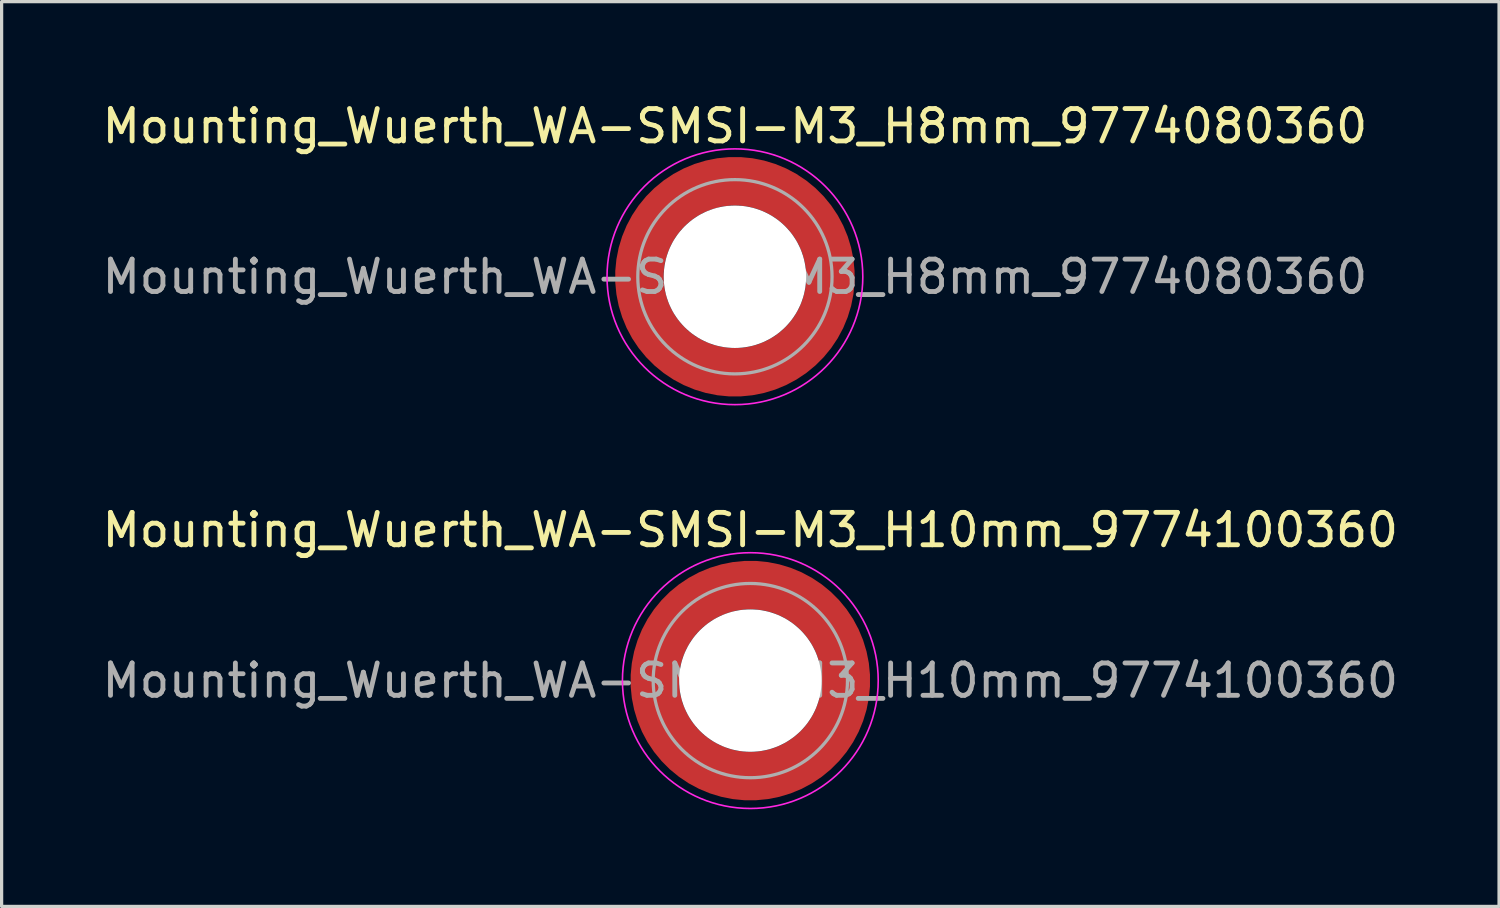
<source format=kicad_pcb>
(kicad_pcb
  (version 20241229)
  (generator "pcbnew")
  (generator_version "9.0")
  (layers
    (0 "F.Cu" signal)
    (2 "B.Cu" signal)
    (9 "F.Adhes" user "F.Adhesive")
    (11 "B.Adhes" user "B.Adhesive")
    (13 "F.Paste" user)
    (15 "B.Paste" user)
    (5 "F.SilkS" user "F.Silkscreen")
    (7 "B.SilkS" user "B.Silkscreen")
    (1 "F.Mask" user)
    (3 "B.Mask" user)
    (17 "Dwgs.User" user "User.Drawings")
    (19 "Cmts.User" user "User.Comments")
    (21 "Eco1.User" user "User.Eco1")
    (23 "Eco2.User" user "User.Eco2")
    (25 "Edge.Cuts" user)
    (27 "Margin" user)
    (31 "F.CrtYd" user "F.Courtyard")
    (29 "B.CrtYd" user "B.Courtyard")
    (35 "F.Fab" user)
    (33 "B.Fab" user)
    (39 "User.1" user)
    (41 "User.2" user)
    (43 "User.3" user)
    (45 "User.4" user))
  (footprint "Mounting_Wuerth_WA-SMSI-M3_H8mm_9774080360"
    (layer "F.Cu")
    (at 19.649 5.498)
    (property "Reference" "Mounting_Wuerth_WA-SMSI-M3_H8mm_9774080360" (at 0 -4.65 0) (layer "F.SilkS") (effects (font (size 1 1) (thickness 0.15))))
    (attr smd)
    (fp_circle (center 0 0) (end 3.95 0) (stroke (width 0.05) (type solid)) (fill no) (layer "F.CrtYd"))
    (fp_circle (center 0 0) (end 3 0) (stroke (width 0.1) (type solid)) (fill no) (layer "F.Fab"))
    (fp_text user "${REFERENCE}" (at 0 0 0) (layer "F.Fab") (effects (font (size 1 1) (thickness 0.15))))
    (pad "" smd custom (at -2.058 -2.058) (size 0.7 0.7) (layers "F.Paste") (options (anchor circle)) (primitives (gr_arc (start -0.377294 1.707681) (mid 0.318198 0.318198) (end 1.707681 -0.377294) (width 0.2)) (gr_arc (start -0.478281 1.707681) (mid 0.247487 0.247487) (end 1.707681 -0.478281) (width 0.2)) (gr_arc (start -0.579192 1.707681) (mid 0.176777 0.176777) (end 1.707681 -0.579192) (width 0.2)) (gr_arc (start -0.680037 1.707681) (mid 0.106066 0.106066) (end 1.707681 -0.680037) (width 0.2)) (gr_arc (start -0.780822 1.707681) (mid 0.035356 0.035356) (end 1.707681 -0.780822) (width 0.2)) (gr_arc (start -0.881554 1.707681) (mid -0.035355 -0.035355) (end 1.707681 -0.881554) (width 0.2)) (gr_arc (start -0.982237 1.707681) (mid -0.106066 -0.106066) (end 1.707681 -0.982237) (width 0.2)) (gr_arc (start -1.082877 1.707681) (mid -0.176777 -0.176777) (end 1.707681 -1.082877) (width 0.2)) (gr_arc (start -1.183476 1.707681) (mid -0.247487 -0.247487) (end 1.707681 -1.183476) (width 0.2)) (gr_arc (start -1.28404 1.707681) (mid -0.318198 -0.318198) (end 1.707681 -1.28404) (width 0.2)) (gr_line (start 1.708 -0.377) (end 1.708 -1.284) (width 0.2)) (gr_line (start -0.377 1.708) (end -1.284 1.708) (width 0.2))))
    (pad "" smd custom (at -2.058 2.058) (size 0.7 0.7) (layers "F.Paste") (options (anchor circle)) (primitives (gr_arc (start 1.707681 0.377294) (mid 0.318198 -0.318198) (end -0.377294 -1.707681) (width 0.2)) (gr_arc (start 1.707681 0.478281) (mid 0.247487 -0.247487) (end -0.478281 -1.707681) (width 0.2)) (gr_arc (start 1.707681 0.579192) (mid 0.176777 -0.176777) (end -0.579192 -1.707681) (width 0.2)) (gr_arc (start 1.707681 0.680037) (mid 0.106066 -0.106066) (end -0.680037 -1.707681) (width 0.2)) (gr_arc (start 1.707681 0.780822) (mid 0.035356 -0.035356) (end -0.780822 -1.707681) (width 0.2)) (gr_arc (start 1.707681 0.881554) (mid -0.035355 0.035355) (end -0.881554 -1.707681) (width 0.2)) (gr_arc (start 1.707681 0.982237) (mid -0.106066 0.106066) (end -0.982237 -1.707681) (width 0.2)) (gr_arc (start 1.707681 1.082877) (mid -0.176777 0.176777) (end -1.082877 -1.707681) (width 0.2)) (gr_arc (start 1.707681 1.183476) (mid -0.247487 0.247487) (end -1.183476 -1.707681) (width 0.2)) (gr_arc (start 1.707681 1.28404) (mid -0.318198 0.318198) (end -1.28404 -1.707681) (width 0.2)) (gr_line (start -0.377 -1.708) (end -1.284 -1.708) (width 0.2)) (gr_line (start 1.708 0.377) (end 1.708 1.284) (width 0.2))))
    (pad "" np_thru_hole circle (at 0 0) (size 4.4 4.4) (drill 4.4) (layers "*.Cu" "*.Mask"))
    (pad "" smd custom (at 2.058 -2.058) (size 0.7 0.7) (layers "F.Paste") (options (anchor circle)) (primitives (gr_arc (start -1.707681 -0.377294) (mid -0.318198 0.318198) (end 0.377294 1.707681) (width 0.2)) (gr_arc (start -1.707681 -0.478281) (mid -0.247487 0.247487) (end 0.478281 1.707681) (width 0.2)) (gr_arc (start -1.707681 -0.579192) (mid -0.176777 0.176777) (end 0.579192 1.707681) (width 0.2)) (gr_arc (start -1.707681 -0.680037) (mid -0.106066 0.106066) (end 0.680037 1.707681) (width 0.2)) (gr_arc (start -1.707681 -0.780822) (mid -0.035356 0.035356) (end 0.780822 1.707681) (width 0.2)) (gr_arc (start -1.707681 -0.881554) (mid 0.035355 -0.035355) (end 0.881554 1.707681) (width 0.2)) (gr_arc (start -1.707681 -0.982237) (mid 0.106066 -0.106066) (end 0.982237 1.707681) (width 0.2)) (gr_arc (start -1.707681 -1.082877) (mid 0.176777 -0.176777) (end 1.082877 1.707681) (width 0.2)) (gr_arc (start -1.707681 -1.183476) (mid 0.247487 -0.247487) (end 1.183476 1.707681) (width 0.2)) (gr_arc (start -1.707681 -1.28404) (mid 0.318198 -0.318198) (end 1.28404 1.707681) (width 0.2)) (gr_line (start 0.377 1.708) (end 1.284 1.708) (width 0.2)) (gr_line (start -1.708 -0.377) (end -1.708 -1.284) (width 0.2))))
    (pad "" smd custom (at 2.058 2.058) (size 0.7 0.7) (layers "F.Paste") (options (anchor circle)) (primitives (gr_arc (start 0.377294 -1.707681) (mid -0.318198 -0.318198) (end -1.707681 0.377294) (width 0.2)) (gr_arc (start 0.478281 -1.707681) (mid -0.247487 -0.247487) (end -1.707681 0.478281) (width 0.2)) (gr_arc (start 0.579192 -1.707681) (mid -0.176777 -0.176777) (end -1.707681 0.579192) (width 0.2)) (gr_arc (start 0.680037 -1.707681) (mid -0.106066 -0.106066) (end -1.707681 0.680037) (width 0.2)) (gr_arc (start 0.780822 -1.707681) (mid -0.035356 -0.035356) (end -1.707681 0.780822) (width 0.2)) (gr_arc (start 0.881554 -1.707681) (mid 0.035355 0.035355) (end -1.707681 0.881554) (width 0.2)) (gr_arc (start 0.982237 -1.707681) (mid 0.106066 0.106066) (end -1.707681 0.982237) (width 0.2)) (gr_arc (start 1.082877 -1.707681) (mid 0.176777 0.176777) (end -1.707681 1.082877) (width 0.2)) (gr_arc (start 1.183476 -1.707681) (mid 0.247487 0.247487) (end -1.707681 1.183476) (width 0.2)) (gr_arc (start 1.28404 -1.707681) (mid 0.318198 0.318198) (end -1.707681 1.28404) (width 0.2)) (gr_line (start -1.708 0.377) (end -1.708 1.284) (width 0.2)) (gr_line (start 0.377 -1.708) (end 1.284 -1.708) (width 0.2))))
    (pad "1" smd circle (at -2.95 0) (size 1.1 1.1) (layers "F.Cu"))
    (pad "1" smd circle (at 0 -2.95) (size 1.1 1.1) (layers "F.Cu"))
    (pad "1" smd circle (at 0 2.95) (size 1.1 1.1) (layers "F.Cu"))
    (pad "1" smd custom (at 2.95 0) (size 1.1 1.1) (layers "F.Cu" "F.Mask") (options (anchor circle)) (primitives (gr_circle (center -2.95 0) (end 0 0) (width 1.5) (fill no)))))
  (footprint "Mounting_Wuerth_WA-SMSI-M3_H10mm_9774100360"
    (layer "F.Cu")
    (at 20.125 17.971)
    (property "Reference" "Mounting_Wuerth_WA-SMSI-M3_H10mm_9774100360" (at 0 -4.65 0) (layer "F.SilkS") (effects (font (size 1 1) (thickness 0.15))))
    (attr smd)
    (fp_circle (center 0 0) (end 3.95 0) (stroke (width 0.05) (type solid)) (fill no) (layer "F.CrtYd"))
    (fp_circle (center 0 0) (end 3 0) (stroke (width 0.1) (type solid)) (fill no) (layer "F.Fab"))
    (fp_text user "${REFERENCE}" (at 0 0 0) (layer "F.Fab") (effects (font (size 1 1) (thickness 0.15))))
    (pad "" smd custom (at -2.058 -2.058) (size 0.7 0.7) (layers "F.Paste") (options (anchor circle)) (primitives (gr_arc (start -0.377294 1.707681) (mid 0.318198 0.318198) (end 1.707681 -0.377294) (width 0.2)) (gr_arc (start -0.478281 1.707681) (mid 0.247487 0.247487) (end 1.707681 -0.478281) (width 0.2)) (gr_arc (start -0.579192 1.707681) (mid 0.176777 0.176777) (end 1.707681 -0.579192) (width 0.2)) (gr_arc (start -0.680037 1.707681) (mid 0.106066 0.106066) (end 1.707681 -0.680037) (width 0.2)) (gr_arc (start -0.780822 1.707681) (mid 0.035356 0.035356) (end 1.707681 -0.780822) (width 0.2)) (gr_arc (start -0.881554 1.707681) (mid -0.035355 -0.035355) (end 1.707681 -0.881554) (width 0.2)) (gr_arc (start -0.982237 1.707681) (mid -0.106066 -0.106066) (end 1.707681 -0.982237) (width 0.2)) (gr_arc (start -1.082877 1.707681) (mid -0.176777 -0.176777) (end 1.707681 -1.082877) (width 0.2)) (gr_arc (start -1.183476 1.707681) (mid -0.247487 -0.247487) (end 1.707681 -1.183476) (width 0.2)) (gr_arc (start -1.28404 1.707681) (mid -0.318198 -0.318198) (end 1.707681 -1.28404) (width 0.2)) (gr_line (start 1.708 -0.377) (end 1.708 -1.284) (width 0.2)) (gr_line (start -0.377 1.708) (end -1.284 1.708) (width 0.2))))
    (pad "" smd custom (at -2.058 2.058) (size 0.7 0.7) (layers "F.Paste") (options (anchor circle)) (primitives (gr_arc (start 1.707681 0.377294) (mid 0.318198 -0.318198) (end -0.377294 -1.707681) (width 0.2)) (gr_arc (start 1.707681 0.478281) (mid 0.247487 -0.247487) (end -0.478281 -1.707681) (width 0.2)) (gr_arc (start 1.707681 0.579192) (mid 0.176777 -0.176777) (end -0.579192 -1.707681) (width 0.2)) (gr_arc (start 1.707681 0.680037) (mid 0.106066 -0.106066) (end -0.680037 -1.707681) (width 0.2)) (gr_arc (start 1.707681 0.780822) (mid 0.035356 -0.035356) (end -0.780822 -1.707681) (width 0.2)) (gr_arc (start 1.707681 0.881554) (mid -0.035355 0.035355) (end -0.881554 -1.707681) (width 0.2)) (gr_arc (start 1.707681 0.982237) (mid -0.106066 0.106066) (end -0.982237 -1.707681) (width 0.2)) (gr_arc (start 1.707681 1.082877) (mid -0.176777 0.176777) (end -1.082877 -1.707681) (width 0.2)) (gr_arc (start 1.707681 1.183476) (mid -0.247487 0.247487) (end -1.183476 -1.707681) (width 0.2)) (gr_arc (start 1.707681 1.28404) (mid -0.318198 0.318198) (end -1.28404 -1.707681) (width 0.2)) (gr_line (start -0.377 -1.708) (end -1.284 -1.708) (width 0.2)) (gr_line (start 1.708 0.377) (end 1.708 1.284) (width 0.2))))
    (pad "" np_thru_hole circle (at 0 0) (size 4.4 4.4) (drill 4.4) (layers "*.Cu" "*.Mask"))
    (pad "" smd custom (at 2.058 -2.058) (size 0.7 0.7) (layers "F.Paste") (options (anchor circle)) (primitives (gr_arc (start -1.707681 -0.377294) (mid -0.318198 0.318198) (end 0.377294 1.707681) (width 0.2)) (gr_arc (start -1.707681 -0.478281) (mid -0.247487 0.247487) (end 0.478281 1.707681) (width 0.2)) (gr_arc (start -1.707681 -0.579192) (mid -0.176777 0.176777) (end 0.579192 1.707681) (width 0.2)) (gr_arc (start -1.707681 -0.680037) (mid -0.106066 0.106066) (end 0.680037 1.707681) (width 0.2)) (gr_arc (start -1.707681 -0.780822) (mid -0.035356 0.035356) (end 0.780822 1.707681) (width 0.2)) (gr_arc (start -1.707681 -0.881554) (mid 0.035355 -0.035355) (end 0.881554 1.707681) (width 0.2)) (gr_arc (start -1.707681 -0.982237) (mid 0.106066 -0.106066) (end 0.982237 1.707681) (width 0.2)) (gr_arc (start -1.707681 -1.082877) (mid 0.176777 -0.176777) (end 1.082877 1.707681) (width 0.2)) (gr_arc (start -1.707681 -1.183476) (mid 0.247487 -0.247487) (end 1.183476 1.707681) (width 0.2)) (gr_arc (start -1.707681 -1.28404) (mid 0.318198 -0.318198) (end 1.28404 1.707681) (width 0.2)) (gr_line (start 0.377 1.708) (end 1.284 1.708) (width 0.2)) (gr_line (start -1.708 -0.377) (end -1.708 -1.284) (width 0.2))))
    (pad "" smd custom (at 2.058 2.058) (size 0.7 0.7) (layers "F.Paste") (options (anchor circle)) (primitives (gr_arc (start 0.377294 -1.707681) (mid -0.318198 -0.318198) (end -1.707681 0.377294) (width 0.2)) (gr_arc (start 0.478281 -1.707681) (mid -0.247487 -0.247487) (end -1.707681 0.478281) (width 0.2)) (gr_arc (start 0.579192 -1.707681) (mid -0.176777 -0.176777) (end -1.707681 0.579192) (width 0.2)) (gr_arc (start 0.680037 -1.707681) (mid -0.106066 -0.106066) (end -1.707681 0.680037) (width 0.2)) (gr_arc (start 0.780822 -1.707681) (mid -0.035356 -0.035356) (end -1.707681 0.780822) (width 0.2)) (gr_arc (start 0.881554 -1.707681) (mid 0.035355 0.035355) (end -1.707681 0.881554) (width 0.2)) (gr_arc (start 0.982237 -1.707681) (mid 0.106066 0.106066) (end -1.707681 0.982237) (width 0.2)) (gr_arc (start 1.082877 -1.707681) (mid 0.176777 0.176777) (end -1.707681 1.082877) (width 0.2)) (gr_arc (start 1.183476 -1.707681) (mid 0.247487 0.247487) (end -1.707681 1.183476) (width 0.2)) (gr_arc (start 1.28404 -1.707681) (mid 0.318198 0.318198) (end -1.707681 1.28404) (width 0.2)) (gr_line (start -1.708 0.377) (end -1.708 1.284) (width 0.2)) (gr_line (start 0.377 -1.708) (end 1.284 -1.708) (width 0.2))))
    (pad "1" smd circle (at -2.95 0) (size 1.1 1.1) (layers "F.Cu"))
    (pad "1" smd circle (at 0 -2.95) (size 1.1 1.1) (layers "F.Cu"))
    (pad "1" smd circle (at 0 2.95) (size 1.1 1.1) (layers "F.Cu"))
    (pad "1" smd custom (at 2.95 0) (size 1.1 1.1) (layers "F.Cu" "F.Mask") (options (anchor circle)) (primitives (gr_circle (center -2.95 0) (end 0 0) (width 1.5) (fill no)))))
  (gr_rect
    (start -3 -3)
    (end 43.25 24.947)
    (stroke (width 0.1) (type default))
    (fill no)
    (layer "Edge.Cuts")))
</source>
